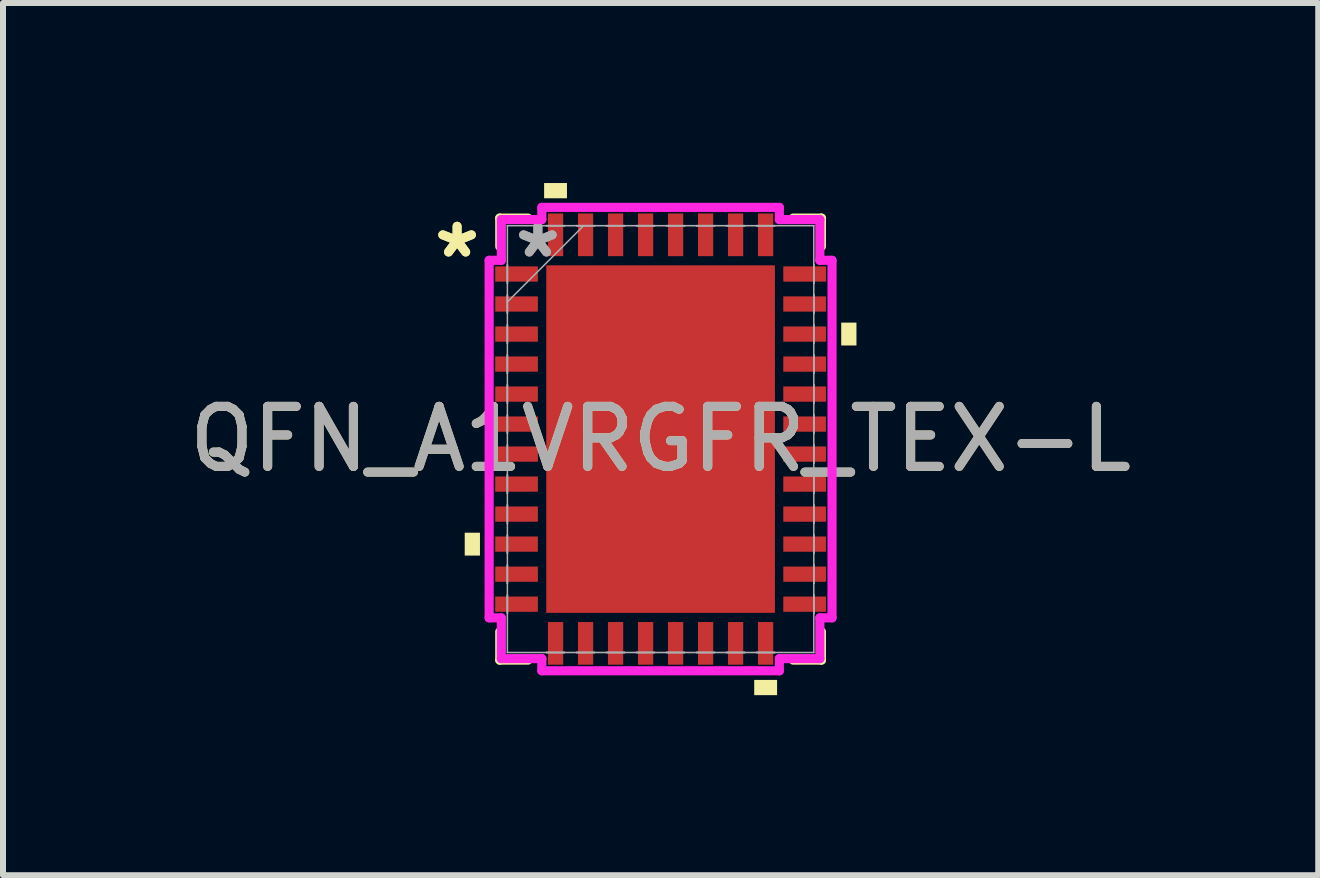
<source format=kicad_pcb>
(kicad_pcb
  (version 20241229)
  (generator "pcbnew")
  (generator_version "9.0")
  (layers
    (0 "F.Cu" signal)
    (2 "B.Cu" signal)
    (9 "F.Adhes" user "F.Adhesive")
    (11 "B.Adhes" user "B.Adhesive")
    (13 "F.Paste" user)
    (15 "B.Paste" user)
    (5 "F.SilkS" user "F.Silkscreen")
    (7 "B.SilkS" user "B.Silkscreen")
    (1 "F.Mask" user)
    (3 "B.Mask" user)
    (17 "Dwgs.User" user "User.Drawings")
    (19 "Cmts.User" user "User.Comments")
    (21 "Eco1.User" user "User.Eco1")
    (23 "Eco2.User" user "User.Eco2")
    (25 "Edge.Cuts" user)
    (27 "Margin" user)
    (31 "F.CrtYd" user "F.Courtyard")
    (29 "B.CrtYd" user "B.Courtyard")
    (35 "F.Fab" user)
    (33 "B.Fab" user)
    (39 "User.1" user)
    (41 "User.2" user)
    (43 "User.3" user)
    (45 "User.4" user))
  (footprint "QFN_A1VRGFR_TEX-L"
    (layer "F.Cu")
    (at 7.958 4.267)
    (property "Reference" "QFN_A1VRGFR_TEX-L" (at 0 0 0) (unlocked yes) (layer "F.SilkS") (effects (font (size 1 1) (thickness 0.15))))
    (attr smd)
    (fp_line (start -2.68 -3.683) (end -2.68 -3.21) (stroke (width 0.152) (type solid)) (layer "F.SilkS"))
    (fp_line (start -2.68 3.21) (end -2.68 3.683) (stroke (width 0.152) (type solid)) (layer "F.SilkS"))
    (fp_line (start -2.68 3.683) (end -2.21 3.683) (stroke (width 0.152) (type solid)) (layer "F.SilkS"))
    (fp_line (start -2.21 -3.683) (end -2.68 -3.683) (stroke (width 0.152) (type solid)) (layer "F.SilkS"))
    (fp_line (start 2.21 3.683) (end 2.68 3.683) (stroke (width 0.152) (type solid)) (layer "F.SilkS"))
    (fp_line (start 2.68 -3.683) (end 2.21 -3.683) (stroke (width 0.152) (type solid)) (layer "F.SilkS"))
    (fp_line (start 2.68 -3.21) (end 2.68 -3.683) (stroke (width 0.152) (type solid)) (layer "F.SilkS"))
    (fp_line (start 2.68 3.683) (end 2.68 3.21) (stroke (width 0.152) (type solid)) (layer "F.SilkS"))
    (fp_poly (pts (xy -3.264 1.56) (xy -3.264 1.941) (xy -3.01 1.941) (xy -3.01 1.56)) (stroke (width 0) (type solid)) (fill yes) (layer "F.SilkS"))
    (fp_poly (pts (xy -1.941 -4.013) (xy -1.941 -4.267) (xy -1.56 -4.267) (xy -1.56 -4.013)) (stroke (width 0) (type solid)) (fill yes) (layer "F.SilkS"))
    (fp_poly (pts (xy 1.56 4.013) (xy 1.56 4.267) (xy 1.941 4.267) (xy 1.941 4.013)) (stroke (width 0) (type solid)) (fill yes) (layer "F.SilkS"))
    (fp_poly (pts (xy 3.264 -1.941) (xy 3.264 -1.56) (xy 3.01 -1.56) (xy 3.01 -1.941)) (stroke (width 0) (type solid)) (fill yes) (layer "F.SilkS"))
    (fp_poly (pts (xy -1.805 -2.796) (xy -1.805 -1.548) (xy -0.735 -1.548) (xy -0.735 -2.796)) (stroke (width 0) (type solid)) (fill yes) (layer "F.Paste"))
    (fp_poly (pts (xy -1.805 -1.348) (xy -1.805 -0.1) (xy -0.735 -0.1) (xy -0.735 -1.348)) (stroke (width 0) (type solid)) (fill yes) (layer "F.Paste"))
    (fp_poly (pts (xy -1.805 0.1) (xy -1.805 1.348) (xy -0.735 1.348) (xy -0.735 0.1)) (stroke (width 0) (type solid)) (fill yes) (layer "F.Paste"))
    (fp_poly (pts (xy -1.805 1.548) (xy -1.805 2.796) (xy -0.735 2.796) (xy -0.735 1.548)) (stroke (width 0) (type solid)) (fill yes) (layer "F.Paste"))
    (fp_poly (pts (xy -0.535 -2.796) (xy -0.535 -1.548) (xy 0.535 -1.548) (xy 0.535 -2.796)) (stroke (width 0) (type solid)) (fill yes) (layer "F.Paste"))
    (fp_poly (pts (xy -0.535 -1.348) (xy -0.535 -0.1) (xy 0.535 -0.1) (xy 0.535 -1.348)) (stroke (width 0) (type solid)) (fill yes) (layer "F.Paste"))
    (fp_poly (pts (xy -0.535 0.1) (xy -0.535 1.348) (xy 0.535 1.348) (xy 0.535 0.1)) (stroke (width 0) (type solid)) (fill yes) (layer "F.Paste"))
    (fp_poly (pts (xy -0.535 1.548) (xy -0.535 2.796) (xy 0.535 2.796) (xy 0.535 1.548)) (stroke (width 0) (type solid)) (fill yes) (layer "F.Paste"))
    (fp_poly (pts (xy 0.735 -2.796) (xy 0.735 -1.548) (xy 1.805 -1.548) (xy 1.805 -2.796)) (stroke (width 0) (type solid)) (fill yes) (layer "F.Paste"))
    (fp_poly (pts (xy 0.735 -1.348) (xy 0.735 -0.1) (xy 1.805 -0.1) (xy 1.805 -1.348)) (stroke (width 0) (type solid)) (fill yes) (layer "F.Paste"))
    (fp_poly (pts (xy 0.735 0.1) (xy 0.735 1.348) (xy 1.805 1.348) (xy 1.805 0.1)) (stroke (width 0) (type solid)) (fill yes) (layer "F.Paste"))
    (fp_poly (pts (xy 0.735 1.548) (xy 0.735 2.796) (xy 1.805 2.796) (xy 1.805 1.548)) (stroke (width 0) (type solid)) (fill yes) (layer "F.Paste"))
    (fp_line (start -2.857 -2.979) (end -2.654 -2.979) (stroke (width 0.152) (type solid)) (layer "F.CrtYd"))
    (fp_line (start -2.857 2.979) (end -2.857 -2.979) (stroke (width 0.152) (type solid)) (layer "F.CrtYd"))
    (fp_line (start -2.654 -3.658) (end -1.979 -3.658) (stroke (width 0.152) (type solid)) (layer "F.CrtYd"))
    (fp_line (start -2.654 -2.979) (end -2.654 -3.658) (stroke (width 0.152) (type solid)) (layer "F.CrtYd"))
    (fp_line (start -2.654 2.979) (end -2.857 2.979) (stroke (width 0.152) (type solid)) (layer "F.CrtYd"))
    (fp_line (start -2.654 3.658) (end -2.654 2.979) (stroke (width 0.152) (type solid)) (layer "F.CrtYd"))
    (fp_line (start -1.979 -3.861) (end 1.979 -3.861) (stroke (width 0.152) (type solid)) (layer "F.CrtYd"))
    (fp_line (start -1.979 -3.658) (end -1.979 -3.861) (stroke (width 0.152) (type solid)) (layer "F.CrtYd"))
    (fp_line (start -1.979 3.658) (end -2.654 3.658) (stroke (width 0.152) (type solid)) (layer "F.CrtYd"))
    (fp_line (start -1.979 3.861) (end -1.979 3.658) (stroke (width 0.152) (type solid)) (layer "F.CrtYd"))
    (fp_line (start 1.979 -3.861) (end 1.979 -3.658) (stroke (width 0.152) (type solid)) (layer "F.CrtYd"))
    (fp_line (start 1.979 -3.658) (end 2.654 -3.658) (stroke (width 0.152) (type solid)) (layer "F.CrtYd"))
    (fp_line (start 1.979 3.658) (end 1.979 3.861) (stroke (width 0.152) (type solid)) (layer "F.CrtYd"))
    (fp_line (start 1.979 3.861) (end -1.979 3.861) (stroke (width 0.152) (type solid)) (layer "F.CrtYd"))
    (fp_line (start 2.654 -3.658) (end 2.654 -2.979) (stroke (width 0.152) (type solid)) (layer "F.CrtYd"))
    (fp_line (start 2.654 -2.979) (end 2.857 -2.979) (stroke (width 0.152) (type solid)) (layer "F.CrtYd"))
    (fp_line (start 2.654 2.979) (end 2.654 3.658) (stroke (width 0.152) (type solid)) (layer "F.CrtYd"))
    (fp_line (start 2.654 3.658) (end 1.979 3.658) (stroke (width 0.152) (type solid)) (layer "F.CrtYd"))
    (fp_line (start 2.857 -2.979) (end 2.857 2.979) (stroke (width 0.152) (type solid)) (layer "F.CrtYd"))
    (fp_line (start 2.857 2.979) (end 2.654 2.979) (stroke (width 0.152) (type solid)) (layer "F.CrtYd"))
    (fp_line (start -2.553 -3.556) (end -2.553 -3.556) (stroke (width 0.025) (type solid)) (layer "F.Fab"))
    (fp_line (start -2.553 -3.556) (end -2.553 3.556) (stroke (width 0.025) (type solid)) (layer "F.Fab"))
    (fp_line (start -2.553 -2.903) (end -2.553 -2.903) (stroke (width 0.025) (type solid)) (layer "F.Fab"))
    (fp_line (start -2.553 -2.903) (end -2.553 -2.598) (stroke (width 0.025) (type solid)) (layer "F.Fab"))
    (fp_line (start -2.553 -2.598) (end -2.553 -2.903) (stroke (width 0.025) (type solid)) (layer "F.Fab"))
    (fp_line (start -2.553 -2.598) (end -2.553 -2.598) (stroke (width 0.025) (type solid)) (layer "F.Fab"))
    (fp_line (start -2.553 -2.403) (end -2.553 -2.403) (stroke (width 0.025) (type solid)) (layer "F.Fab"))
    (fp_line (start -2.553 -2.403) (end -2.553 -2.098) (stroke (width 0.025) (type solid)) (layer "F.Fab"))
    (fp_line (start -2.553 -2.286) (end -1.283 -3.556) (stroke (width 0.025) (type solid)) (layer "F.Fab"))
    (fp_line (start -2.553 -2.098) (end -2.553 -2.403) (stroke (width 0.025) (type solid)) (layer "F.Fab"))
    (fp_line (start -2.553 -2.098) (end -2.553 -2.098) (stroke (width 0.025) (type solid)) (layer "F.Fab"))
    (fp_line (start -2.553 -1.903) (end -2.553 -1.903) (stroke (width 0.025) (type solid)) (layer "F.Fab"))
    (fp_line (start -2.553 -1.903) (end -2.553 -1.598) (stroke (width 0.025) (type solid)) (layer "F.Fab"))
    (fp_line (start -2.553 -1.598) (end -2.553 -1.903) (stroke (width 0.025) (type solid)) (layer "F.Fab"))
    (fp_line (start -2.553 -1.598) (end -2.553 -1.598) (stroke (width 0.025) (type solid)) (layer "F.Fab"))
    (fp_line (start -2.553 -1.403) (end -2.553 -1.403) (stroke (width 0.025) (type solid)) (layer "F.Fab"))
    (fp_line (start -2.553 -1.403) (end -2.553 -1.098) (stroke (width 0.025) (type solid)) (layer "F.Fab"))
    (fp_line (start -2.553 -1.098) (end -2.553 -1.403) (stroke (width 0.025) (type solid)) (layer "F.Fab"))
    (fp_line (start -2.553 -1.098) (end -2.553 -1.098) (stroke (width 0.025) (type solid)) (layer "F.Fab"))
    (fp_line (start -2.553 -0.903) (end -2.553 -0.903) (stroke (width 0.025) (type solid)) (layer "F.Fab"))
    (fp_line (start -2.553 -0.903) (end -2.553 -0.598) (stroke (width 0.025) (type solid)) (layer "F.Fab"))
    (fp_line (start -2.553 -0.598) (end -2.553 -0.903) (stroke (width 0.025) (type solid)) (layer "F.Fab"))
    (fp_line (start -2.553 -0.598) (end -2.553 -0.598) (stroke (width 0.025) (type solid)) (layer "F.Fab"))
    (fp_line (start -2.553 -0.402) (end -2.553 -0.402) (stroke (width 0.025) (type solid)) (layer "F.Fab"))
    (fp_line (start -2.553 -0.402) (end -2.553 -0.098) (stroke (width 0.025) (type solid)) (layer "F.Fab"))
    (fp_line (start -2.553 -0.098) (end -2.553 -0.402) (stroke (width 0.025) (type solid)) (layer "F.Fab"))
    (fp_line (start -2.553 -0.098) (end -2.553 -0.098) (stroke (width 0.025) (type solid)) (layer "F.Fab"))
    (fp_line (start -2.553 0.098) (end -2.553 0.098) (stroke (width 0.025) (type solid)) (layer "F.Fab"))
    (fp_line (start -2.553 0.098) (end -2.553 0.402) (stroke (width 0.025) (type solid)) (layer "F.Fab"))
    (fp_line (start -2.553 0.402) (end -2.553 0.098) (stroke (width 0.025) (type solid)) (layer "F.Fab"))
    (fp_line (start -2.553 0.402) (end -2.553 0.402) (stroke (width 0.025) (type solid)) (layer "F.Fab"))
    (fp_line (start -2.553 0.598) (end -2.553 0.598) (stroke (width 0.025) (type solid)) (layer "F.Fab"))
    (fp_line (start -2.553 0.598) (end -2.553 0.903) (stroke (width 0.025) (type solid)) (layer "F.Fab"))
    (fp_line (start -2.553 0.903) (end -2.553 0.598) (stroke (width 0.025) (type solid)) (layer "F.Fab"))
    (fp_line (start -2.553 0.903) (end -2.553 0.903) (stroke (width 0.025) (type solid)) (layer "F.Fab"))
    (fp_line (start -2.553 1.098) (end -2.553 1.098) (stroke (width 0.025) (type solid)) (layer "F.Fab"))
    (fp_line (start -2.553 1.098) (end -2.553 1.403) (stroke (width 0.025) (type solid)) (layer "F.Fab"))
    (fp_line (start -2.553 1.403) (end -2.553 1.098) (stroke (width 0.025) (type solid)) (layer "F.Fab"))
    (fp_line (start -2.553 1.403) (end -2.553 1.403) (stroke (width 0.025) (type solid)) (layer "F.Fab"))
    (fp_line (start -2.553 1.598) (end -2.553 1.598) (stroke (width 0.025) (type solid)) (layer "F.Fab"))
    (fp_line (start -2.553 1.598) (end -2.553 1.903) (stroke (width 0.025) (type solid)) (layer "F.Fab"))
    (fp_line (start -2.553 1.903) (end -2.553 1.598) (stroke (width 0.025) (type solid)) (layer "F.Fab"))
    (fp_line (start -2.553 1.903) (end -2.553 1.903) (stroke (width 0.025) (type solid)) (layer "F.Fab"))
    (fp_line (start -2.553 2.098) (end -2.553 2.098) (stroke (width 0.025) (type solid)) (layer "F.Fab"))
    (fp_line (start -2.553 2.098) (end -2.553 2.403) (stroke (width 0.025) (type solid)) (layer "F.Fab"))
    (fp_line (start -2.553 2.403) (end -2.553 2.098) (stroke (width 0.025) (type solid)) (layer "F.Fab"))
    (fp_line (start -2.553 2.403) (end -2.553 2.403) (stroke (width 0.025) (type solid)) (layer "F.Fab"))
    (fp_line (start -2.553 2.598) (end -2.553 2.598) (stroke (width 0.025) (type solid)) (layer "F.Fab"))
    (fp_line (start -2.553 2.598) (end -2.553 2.903) (stroke (width 0.025) (type solid)) (layer "F.Fab"))
    (fp_line (start -2.553 2.903) (end -2.553 2.598) (stroke (width 0.025) (type solid)) (layer "F.Fab"))
    (fp_line (start -2.553 2.903) (end -2.553 2.903) (stroke (width 0.025) (type solid)) (layer "F.Fab"))
    (fp_line (start -2.553 3.556) (end -2.553 3.556) (stroke (width 0.025) (type solid)) (layer "F.Fab"))
    (fp_line (start -2.553 3.556) (end 2.553 3.556) (stroke (width 0.025) (type solid)) (layer "F.Fab"))
    (fp_line (start -1.903 -3.556) (end -1.903 -3.556) (stroke (width 0.025) (type solid)) (layer "F.Fab"))
    (fp_line (start -1.903 -3.556) (end -1.598 -3.556) (stroke (width 0.025) (type solid)) (layer "F.Fab"))
    (fp_line (start -1.903 3.556) (end -1.903 3.556) (stroke (width 0.025) (type solid)) (layer "F.Fab"))
    (fp_line (start -1.903 3.556) (end -1.598 3.556) (stroke (width 0.025) (type solid)) (layer "F.Fab"))
    (fp_line (start -1.598 -3.556) (end -1.903 -3.556) (stroke (width 0.025) (type solid)) (layer "F.Fab"))
    (fp_line (start -1.598 -3.556) (end -1.598 -3.556) (stroke (width 0.025) (type solid)) (layer "F.Fab"))
    (fp_line (start -1.598 3.556) (end -1.903 3.556) (stroke (width 0.025) (type solid)) (layer "F.Fab"))
    (fp_line (start -1.598 3.556) (end -1.598 3.556) (stroke (width 0.025) (type solid)) (layer "F.Fab"))
    (fp_line (start -1.403 -3.556) (end -1.403 -3.556) (stroke (width 0.025) (type solid)) (layer "F.Fab"))
    (fp_line (start -1.403 -3.556) (end -1.098 -3.556) (stroke (width 0.025) (type solid)) (layer "F.Fab"))
    (fp_line (start -1.403 3.556) (end -1.403 3.556) (stroke (width 0.025) (type solid)) (layer "F.Fab"))
    (fp_line (start -1.403 3.556) (end -1.098 3.556) (stroke (width 0.025) (type solid)) (layer "F.Fab"))
    (fp_line (start -1.098 -3.556) (end -1.403 -3.556) (stroke (width 0.025) (type solid)) (layer "F.Fab"))
    (fp_line (start -1.098 -3.556) (end -1.098 -3.556) (stroke (width 0.025) (type solid)) (layer "F.Fab"))
    (fp_line (start -1.098 3.556) (end -1.403 3.556) (stroke (width 0.025) (type solid)) (layer "F.Fab"))
    (fp_line (start -1.098 3.556) (end -1.098 3.556) (stroke (width 0.025) (type solid)) (layer "F.Fab"))
    (fp_line (start -0.903 -3.556) (end -0.903 -3.556) (stroke (width 0.025) (type solid)) (layer "F.Fab"))
    (fp_line (start -0.903 -3.556) (end -0.598 -3.556) (stroke (width 0.025) (type solid)) (layer "F.Fab"))
    (fp_line (start -0.903 3.556) (end -0.903 3.556) (stroke (width 0.025) (type solid)) (layer "F.Fab"))
    (fp_line (start -0.903 3.556) (end -0.598 3.556) (stroke (width 0.025) (type solid)) (layer "F.Fab"))
    (fp_line (start -0.598 -3.556) (end -0.903 -3.556) (stroke (width 0.025) (type solid)) (layer "F.Fab"))
    (fp_line (start -0.598 -3.556) (end -0.598 -3.556) (stroke (width 0.025) (type solid)) (layer "F.Fab"))
    (fp_line (start -0.598 3.556) (end -0.903 3.556) (stroke (width 0.025) (type solid)) (layer "F.Fab"))
    (fp_line (start -0.598 3.556) (end -0.598 3.556) (stroke (width 0.025) (type solid)) (layer "F.Fab"))
    (fp_line (start -0.402 -3.556) (end -0.402 -3.556) (stroke (width 0.025) (type solid)) (layer "F.Fab"))
    (fp_line (start -0.402 -3.556) (end -0.098 -3.556) (stroke (width 0.025) (type solid)) (layer "F.Fab"))
    (fp_line (start -0.402 3.556) (end -0.402 3.556) (stroke (width 0.025) (type solid)) (layer "F.Fab"))
    (fp_line (start -0.402 3.556) (end -0.098 3.556) (stroke (width 0.025) (type solid)) (layer "F.Fab"))
    (fp_line (start -0.098 -3.556) (end -0.402 -3.556) (stroke (width 0.025) (type solid)) (layer "F.Fab"))
    (fp_line (start -0.098 -3.556) (end -0.098 -3.556) (stroke (width 0.025) (type solid)) (layer "F.Fab"))
    (fp_line (start -0.098 3.556) (end -0.402 3.556) (stroke (width 0.025) (type solid)) (layer "F.Fab"))
    (fp_line (start -0.098 3.556) (end -0.098 3.556) (stroke (width 0.025) (type solid)) (layer "F.Fab"))
    (fp_line (start 0.098 -3.556) (end 0.098 -3.556) (stroke (width 0.025) (type solid)) (layer "F.Fab"))
    (fp_line (start 0.098 -3.556) (end 0.402 -3.556) (stroke (width 0.025) (type solid)) (layer "F.Fab"))
    (fp_line (start 0.098 3.556) (end 0.098 3.556) (stroke (width 0.025) (type solid)) (layer "F.Fab"))
    (fp_line (start 0.098 3.556) (end 0.402 3.556) (stroke (width 0.025) (type solid)) (layer "F.Fab"))
    (fp_line (start 0.402 -3.556) (end 0.098 -3.556) (stroke (width 0.025) (type solid)) (layer "F.Fab"))
    (fp_line (start 0.402 -3.556) (end 0.402 -3.556) (stroke (width 0.025) (type solid)) (layer "F.Fab"))
    (fp_line (start 0.402 3.556) (end 0.098 3.556) (stroke (width 0.025) (type solid)) (layer "F.Fab"))
    (fp_line (start 0.402 3.556) (end 0.402 3.556) (stroke (width 0.025) (type solid)) (layer "F.Fab"))
    (fp_line (start 0.598 -3.556) (end 0.598 -3.556) (stroke (width 0.025) (type solid)) (layer "F.Fab"))
    (fp_line (start 0.598 -3.556) (end 0.903 -3.556) (stroke (width 0.025) (type solid)) (layer "F.Fab"))
    (fp_line (start 0.598 3.556) (end 0.598 3.556) (stroke (width 0.025) (type solid)) (layer "F.Fab"))
    (fp_line (start 0.598 3.556) (end 0.903 3.556) (stroke (width 0.025) (type solid)) (layer "F.Fab"))
    (fp_line (start 0.903 -3.556) (end 0.598 -3.556) (stroke (width 0.025) (type solid)) (layer "F.Fab"))
    (fp_line (start 0.903 -3.556) (end 0.903 -3.556) (stroke (width 0.025) (type solid)) (layer "F.Fab"))
    (fp_line (start 0.903 3.556) (end 0.598 3.556) (stroke (width 0.025) (type solid)) (layer "F.Fab"))
    (fp_line (start 0.903 3.556) (end 0.903 3.556) (stroke (width 0.025) (type solid)) (layer "F.Fab"))
    (fp_line (start 1.098 -3.556) (end 1.098 -3.556) (stroke (width 0.025) (type solid)) (layer "F.Fab"))
    (fp_line (start 1.098 -3.556) (end 1.403 -3.556) (stroke (width 0.025) (type solid)) (layer "F.Fab"))
    (fp_line (start 1.098 3.556) (end 1.098 3.556) (stroke (width 0.025) (type solid)) (layer "F.Fab"))
    (fp_line (start 1.098 3.556) (end 1.403 3.556) (stroke (width 0.025) (type solid)) (layer "F.Fab"))
    (fp_line (start 1.403 -3.556) (end 1.098 -3.556) (stroke (width 0.025) (type solid)) (layer "F.Fab"))
    (fp_line (start 1.403 -3.556) (end 1.403 -3.556) (stroke (width 0.025) (type solid)) (layer "F.Fab"))
    (fp_line (start 1.403 3.556) (end 1.098 3.556) (stroke (width 0.025) (type solid)) (layer "F.Fab"))
    (fp_line (start 1.403 3.556) (end 1.403 3.556) (stroke (width 0.025) (type solid)) (layer "F.Fab"))
    (fp_line (start 1.598 -3.556) (end 1.598 -3.556) (stroke (width 0.025) (type solid)) (layer "F.Fab"))
    (fp_line (start 1.598 -3.556) (end 1.903 -3.556) (stroke (width 0.025) (type solid)) (layer "F.Fab"))
    (fp_line (start 1.598 3.556) (end 1.598 3.556) (stroke (width 0.025) (type solid)) (layer "F.Fab"))
    (fp_line (start 1.598 3.556) (end 1.903 3.556) (stroke (width 0.025) (type solid)) (layer "F.Fab"))
    (fp_line (start 1.903 -3.556) (end 1.598 -3.556) (stroke (width 0.025) (type solid)) (layer "F.Fab"))
    (fp_line (start 1.903 -3.556) (end 1.903 -3.556) (stroke (width 0.025) (type solid)) (layer "F.Fab"))
    (fp_line (start 1.903 3.556) (end 1.598 3.556) (stroke (width 0.025) (type solid)) (layer "F.Fab"))
    (fp_line (start 1.903 3.556) (end 1.903 3.556) (stroke (width 0.025) (type solid)) (layer "F.Fab"))
    (fp_line (start 2.553 -3.556) (end -2.553 -3.556) (stroke (width 0.025) (type solid)) (layer "F.Fab"))
    (fp_line (start 2.553 -3.556) (end 2.553 -3.556) (stroke (width 0.025) (type solid)) (layer "F.Fab"))
    (fp_line (start 2.553 -2.903) (end 2.553 -2.903) (stroke (width 0.025) (type solid)) (layer "F.Fab"))
    (fp_line (start 2.553 -2.903) (end 2.553 -2.598) (stroke (width 0.025) (type solid)) (layer "F.Fab"))
    (fp_line (start 2.553 -2.598) (end 2.553 -2.903) (stroke (width 0.025) (type solid)) (layer "F.Fab"))
    (fp_line (start 2.553 -2.598) (end 2.553 -2.598) (stroke (width 0.025) (type solid)) (layer "F.Fab"))
    (fp_line (start 2.553 -2.403) (end 2.553 -2.403) (stroke (width 0.025) (type solid)) (layer "F.Fab"))
    (fp_line (start 2.553 -2.403) (end 2.553 -2.098) (stroke (width 0.025) (type solid)) (layer "F.Fab"))
    (fp_line (start 2.553 -2.098) (end 2.553 -2.403) (stroke (width 0.025) (type solid)) (layer "F.Fab"))
    (fp_line (start 2.553 -2.098) (end 2.553 -2.098) (stroke (width 0.025) (type solid)) (layer "F.Fab"))
    (fp_line (start 2.553 -1.903) (end 2.553 -1.903) (stroke (width 0.025) (type solid)) (layer "F.Fab"))
    (fp_line (start 2.553 -1.903) (end 2.553 -1.598) (stroke (width 0.025) (type solid)) (layer "F.Fab"))
    (fp_line (start 2.553 -1.598) (end 2.553 -1.903) (stroke (width 0.025) (type solid)) (layer "F.Fab"))
    (fp_line (start 2.553 -1.598) (end 2.553 -1.598) (stroke (width 0.025) (type solid)) (layer "F.Fab"))
    (fp_line (start 2.553 -1.403) (end 2.553 -1.403) (stroke (width 0.025) (type solid)) (layer "F.Fab"))
    (fp_line (start 2.553 -1.403) (end 2.553 -1.098) (stroke (width 0.025) (type solid)) (layer "F.Fab"))
    (fp_line (start 2.553 -1.098) (end 2.553 -1.403) (stroke (width 0.025) (type solid)) (layer "F.Fab"))
    (fp_line (start 2.553 -1.098) (end 2.553 -1.098) (stroke (width 0.025) (type solid)) (layer "F.Fab"))
    (fp_line (start 2.553 -0.903) (end 2.553 -0.903) (stroke (width 0.025) (type solid)) (layer "F.Fab"))
    (fp_line (start 2.553 -0.903) (end 2.553 -0.598) (stroke (width 0.025) (type solid)) (layer "F.Fab"))
    (fp_line (start 2.553 -0.598) (end 2.553 -0.903) (stroke (width 0.025) (type solid)) (layer "F.Fab"))
    (fp_line (start 2.553 -0.598) (end 2.553 -0.598) (stroke (width 0.025) (type solid)) (layer "F.Fab"))
    (fp_line (start 2.553 -0.402) (end 2.553 -0.402) (stroke (width 0.025) (type solid)) (layer "F.Fab"))
    (fp_line (start 2.553 -0.402) (end 2.553 -0.098) (stroke (width 0.025) (type solid)) (layer "F.Fab"))
    (fp_line (start 2.553 -0.098) (end 2.553 -0.402) (stroke (width 0.025) (type solid)) (layer "F.Fab"))
    (fp_line (start 2.553 -0.098) (end 2.553 -0.098) (stroke (width 0.025) (type solid)) (layer "F.Fab"))
    (fp_line (start 2.553 0.098) (end 2.553 0.098) (stroke (width 0.025) (type solid)) (layer "F.Fab"))
    (fp_line (start 2.553 0.098) (end 2.553 0.402) (stroke (width 0.025) (type solid)) (layer "F.Fab"))
    (fp_line (start 2.553 0.402) (end 2.553 0.098) (stroke (width 0.025) (type solid)) (layer "F.Fab"))
    (fp_line (start 2.553 0.402) (end 2.553 0.402) (stroke (width 0.025) (type solid)) (layer "F.Fab"))
    (fp_line (start 2.553 0.598) (end 2.553 0.598) (stroke (width 0.025) (type solid)) (layer "F.Fab"))
    (fp_line (start 2.553 0.598) (end 2.553 0.903) (stroke (width 0.025) (type solid)) (layer "F.Fab"))
    (fp_line (start 2.553 0.903) (end 2.553 0.598) (stroke (width 0.025) (type solid)) (layer "F.Fab"))
    (fp_line (start 2.553 0.903) (end 2.553 0.903) (stroke (width 0.025) (type solid)) (layer "F.Fab"))
    (fp_line (start 2.553 1.098) (end 2.553 1.098) (stroke (width 0.025) (type solid)) (layer "F.Fab"))
    (fp_line (start 2.553 1.098) (end 2.553 1.403) (stroke (width 0.025) (type solid)) (layer "F.Fab"))
    (fp_line (start 2.553 1.403) (end 2.553 1.098) (stroke (width 0.025) (type solid)) (layer "F.Fab"))
    (fp_line (start 2.553 1.403) (end 2.553 1.403) (stroke (width 0.025) (type solid)) (layer "F.Fab"))
    (fp_line (start 2.553 1.598) (end 2.553 1.598) (stroke (width 0.025) (type solid)) (layer "F.Fab"))
    (fp_line (start 2.553 1.598) (end 2.553 1.903) (stroke (width 0.025) (type solid)) (layer "F.Fab"))
    (fp_line (start 2.553 1.903) (end 2.553 1.598) (stroke (width 0.025) (type solid)) (layer "F.Fab"))
    (fp_line (start 2.553 1.903) (end 2.553 1.903) (stroke (width 0.025) (type solid)) (layer "F.Fab"))
    (fp_line (start 2.553 2.098) (end 2.553 2.098) (stroke (width 0.025) (type solid)) (layer "F.Fab"))
    (fp_line (start 2.553 2.098) (end 2.553 2.403) (stroke (width 0.025) (type solid)) (layer "F.Fab"))
    (fp_line (start 2.553 2.403) (end 2.553 2.098) (stroke (width 0.025) (type solid)) (layer "F.Fab"))
    (fp_line (start 2.553 2.403) (end 2.553 2.403) (stroke (width 0.025) (type solid)) (layer "F.Fab"))
    (fp_line (start 2.553 2.598) (end 2.553 2.598) (stroke (width 0.025) (type solid)) (layer "F.Fab"))
    (fp_line (start 2.553 2.598) (end 2.553 2.903) (stroke (width 0.025) (type solid)) (layer "F.Fab"))
    (fp_line (start 2.553 2.903) (end 2.553 2.598) (stroke (width 0.025) (type solid)) (layer "F.Fab"))
    (fp_line (start 2.553 2.903) (end 2.553 2.903) (stroke (width 0.025) (type solid)) (layer "F.Fab"))
    (fp_line (start 2.553 3.556) (end 2.553 -3.556) (stroke (width 0.025) (type solid)) (layer "F.Fab"))
    (fp_line (start 2.553 3.556) (end 2.553 3.556) (stroke (width 0.025) (type solid)) (layer "F.Fab"))
    (fp_text user "*" (at -3.391 -3.001 0) (layer "F.SilkS") (effects (font (size 1 1) (thickness 0.15))))
    (fp_text user "*" (at -3.391 -3.001 0) (unlocked yes) (layer "F.SilkS") (effects (font (size 1 1) (thickness 0.15))))
    (fp_text user "*" (at -2.045 -3.001 0) (layer "F.Fab") (effects (font (size 1 1) (thickness 0.15))))
    (fp_text user "*" (at -2.045 -3.001 0) (unlocked yes) (layer "F.Fab") (effects (font (size 1 1) (thickness 0.15))))
    (fp_text user "${REFERENCE}" (at 0 0 0) (unlocked yes) (layer "F.Fab") (effects (font (size 1 1) (thickness 0.15))))
    (pad "1" smd rect (at -2.4 -2.751 90) (size 0.254 0.711) (layers "F.Cu" "F.Mask" "F.Paste"))
    (pad "2" smd rect (at -2.4 -2.251 90) (size 0.254 0.711) (layers "F.Cu" "F.Mask" "F.Paste"))
    (pad "3" smd rect (at -2.4 -1.75 90) (size 0.254 0.711) (layers "F.Cu" "F.Mask" "F.Paste"))
    (pad "4" smd rect (at -2.4 -1.25 90) (size 0.254 0.711) (layers "F.Cu" "F.Mask" "F.Paste"))
    (pad "5" smd rect (at -2.4 -0.75 90) (size 0.254 0.711) (layers "F.Cu" "F.Mask" "F.Paste"))
    (pad "6" smd rect (at -2.4 -0.25 90) (size 0.254 0.711) (layers "F.Cu" "F.Mask" "F.Paste"))
    (pad "7" smd rect (at -2.4 0.25 90) (size 0.254 0.711) (layers "F.Cu" "F.Mask" "F.Paste"))
    (pad "8" smd rect (at -2.4 0.75 90) (size 0.254 0.711) (layers "F.Cu" "F.Mask" "F.Paste"))
    (pad "9" smd rect (at -2.4 1.25 90) (size 0.254 0.711) (layers "F.Cu" "F.Mask" "F.Paste"))
    (pad "10" smd rect (at -2.4 1.75 90) (size 0.254 0.711) (layers "F.Cu" "F.Mask" "F.Paste"))
    (pad "11" smd rect (at -2.4 2.251 90) (size 0.254 0.711) (layers "F.Cu" "F.Mask" "F.Paste"))
    (pad "12" smd rect (at -2.4 2.751 90) (size 0.254 0.711) (layers "F.Cu" "F.Mask" "F.Paste"))
    (pad "13" smd rect (at -1.75 3.404) (size 0.254 0.711) (layers "F.Cu" "F.Mask" "F.Paste"))
    (pad "14" smd rect (at -1.25 3.404) (size 0.254 0.711) (layers "F.Cu" "F.Mask" "F.Paste"))
    (pad "15" smd rect (at -0.75 3.404) (size 0.254 0.711) (layers "F.Cu" "F.Mask" "F.Paste"))
    (pad "16" smd rect (at -0.25 3.404) (size 0.254 0.711) (layers "F.Cu" "F.Mask" "F.Paste"))
    (pad "17" smd rect (at 0.25 3.404) (size 0.254 0.711) (layers "F.Cu" "F.Mask" "F.Paste"))
    (pad "18" smd rect (at 0.75 3.404) (size 0.254 0.711) (layers "F.Cu" "F.Mask" "F.Paste"))
    (pad "19" smd rect (at 1.25 3.404) (size 0.254 0.711) (layers "F.Cu" "F.Mask" "F.Paste"))
    (pad "20" smd rect (at 1.75 3.404) (size 0.254 0.711) (layers "F.Cu" "F.Mask" "F.Paste"))
    (pad "21" smd rect (at 2.4 2.751 90) (size 0.254 0.711) (layers "F.Cu" "F.Mask" "F.Paste"))
    (pad "22" smd rect (at 2.4 2.251 90) (size 0.254 0.711) (layers "F.Cu" "F.Mask" "F.Paste"))
    (pad "23" smd rect (at 2.4 1.75 90) (size 0.254 0.711) (layers "F.Cu" "F.Mask" "F.Paste"))
    (pad "24" smd rect (at 2.4 1.25 90) (size 0.254 0.711) (layers "F.Cu" "F.Mask" "F.Paste"))
    (pad "25" smd rect (at 2.4 0.75 90) (size 0.254 0.711) (layers "F.Cu" "F.Mask" "F.Paste"))
    (pad "26" smd rect (at 2.4 0.25 90) (size 0.254 0.711) (layers "F.Cu" "F.Mask" "F.Paste"))
    (pad "27" smd rect (at 2.4 -0.25 90) (size 0.254 0.711) (layers "F.Cu" "F.Mask" "F.Paste"))
    (pad "28" smd rect (at 2.4 -0.75 90) (size 0.254 0.711) (layers "F.Cu" "F.Mask" "F.Paste"))
    (pad "29" smd rect (at 2.4 -1.25 90) (size 0.254 0.711) (layers "F.Cu" "F.Mask" "F.Paste"))
    (pad "30" smd rect (at 2.4 -1.75 90) (size 0.254 0.711) (layers "F.Cu" "F.Mask" "F.Paste"))
    (pad "31" smd rect (at 2.4 -2.251 90) (size 0.254 0.711) (layers "F.Cu" "F.Mask" "F.Paste"))
    (pad "32" smd rect (at 2.4 -2.751 90) (size 0.254 0.711) (layers "F.Cu" "F.Mask" "F.Paste"))
    (pad "33" smd rect (at 1.75 -3.404) (size 0.254 0.711) (layers "F.Cu" "F.Mask" "F.Paste"))
    (pad "34" smd rect (at 1.25 -3.404) (size 0.254 0.711) (layers "F.Cu" "F.Mask" "F.Paste"))
    (pad "35" smd rect (at 0.75 -3.404) (size 0.254 0.711) (layers "F.Cu" "F.Mask" "F.Paste"))
    (pad "36" smd rect (at 0.25 -3.404) (size 0.254 0.711) (layers "F.Cu" "F.Mask" "F.Paste"))
    (pad "37" smd rect (at -0.25 -3.404) (size 0.254 0.711) (layers "F.Cu" "F.Mask" "F.Paste"))
    (pad "38" smd rect (at -0.75 -3.404) (size 0.254 0.711) (layers "F.Cu" "F.Mask" "F.Paste"))
    (pad "39" smd rect (at -1.25 -3.404) (size 0.254 0.711) (layers "F.Cu" "F.Mask" "F.Paste"))
    (pad "40" smd rect (at -1.75 -3.404) (size 0.254 0.711) (layers "F.Cu" "F.Mask" "F.Paste"))
    (pad "41" smd rect (at 0 0) (size 3.81 5.791) (layers "F.Cu" "F.Mask")))
  (gr_rect
    (start -3 -3)
    (end 18.917 11.534)
    (stroke (width 0.1) (type default))
    (fill no)
    (layer "Edge.Cuts")))
</source>
